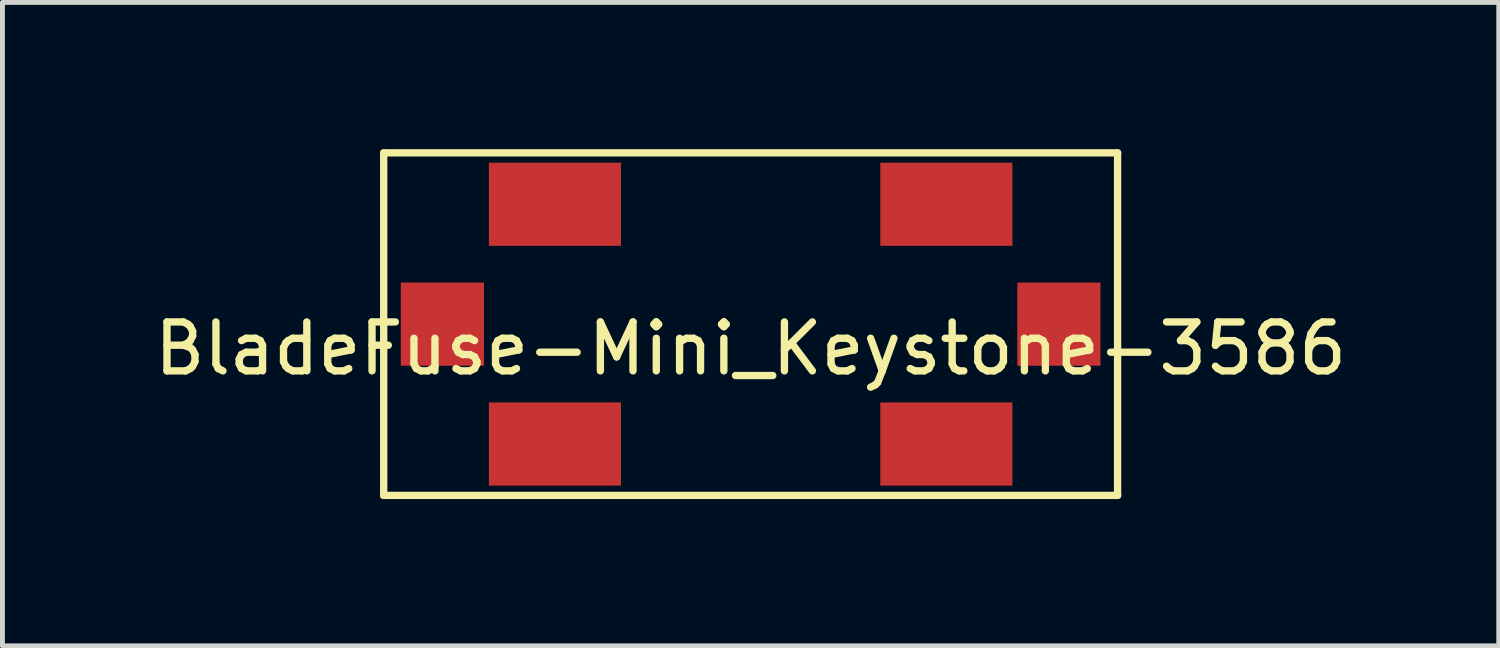
<source format=kicad_pcb>
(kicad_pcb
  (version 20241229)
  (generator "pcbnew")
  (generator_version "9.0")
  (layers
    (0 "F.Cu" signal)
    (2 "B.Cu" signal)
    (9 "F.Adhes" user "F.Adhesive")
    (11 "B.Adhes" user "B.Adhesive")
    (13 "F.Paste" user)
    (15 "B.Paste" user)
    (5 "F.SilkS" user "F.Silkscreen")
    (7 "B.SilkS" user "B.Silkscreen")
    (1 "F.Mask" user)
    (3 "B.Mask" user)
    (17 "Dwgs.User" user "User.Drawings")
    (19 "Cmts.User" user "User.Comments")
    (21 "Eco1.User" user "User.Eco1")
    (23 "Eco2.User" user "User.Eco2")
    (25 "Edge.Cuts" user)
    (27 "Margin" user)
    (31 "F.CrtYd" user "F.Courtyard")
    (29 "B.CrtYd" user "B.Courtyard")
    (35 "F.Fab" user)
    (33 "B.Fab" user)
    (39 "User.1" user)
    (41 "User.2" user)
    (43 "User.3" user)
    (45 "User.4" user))
  (footprint "BladeFuse-Mini_Keystone-3586"
    (layer "F.Cu")
    (at 12.292 3.575)
    (property "Reference" "BladeFuse-Mini_Keystone-3586" (at 0 0.5 0) (layer "F.SilkS") (effects (font (size 1 1) (thickness 0.15))))
    (attr through_hole)
    (fp_line (start -7.5 -3.5) (end 7.5 -3.5) (stroke (width 0.15) (type solid)) (layer "F.SilkS"))
    (fp_line (start -7.5 3.5) (end -7.5 -3.5) (stroke (width 0.15) (type solid)) (layer "F.SilkS"))
    (fp_line (start 7.5 -3.5) (end 7.5 3.5) (stroke (width 0.15) (type solid)) (layer "F.SilkS"))
    (fp_line (start 7.5 3.5) (end -7.5 3.5) (stroke (width 0.15) (type solid)) (layer "F.SilkS"))
    (pad "1" smd rect (at -6.3 0) (size 1.7 1.7) (layers "F.Cu" "F.Mask" "F.Paste"))
    (pad "1" smd rect (at -4 -2.45) (size 2.7 1.7) (layers "F.Cu" "F.Mask" "F.Paste"))
    (pad "1" smd rect (at -4 2.45) (size 2.7 1.7) (layers "F.Cu" "F.Mask" "F.Paste"))
    (pad "2" smd rect (at 4 -2.45) (size 2.7 1.7) (layers "F.Cu" "F.Mask" "F.Paste"))
    (pad "2" smd rect (at 4 2.45) (size 2.7 1.7) (layers "F.Cu" "F.Mask" "F.Paste"))
    (pad "2" smd rect (at 6.3 0) (size 1.7 1.7) (layers "F.Cu" "F.Mask" "F.Paste")))
  (gr_rect
    (start -3 -3)
    (end 27.583 10.15)
    (stroke (width 0.1) (type default))
    (fill no)
    (layer "Edge.Cuts")))
</source>
